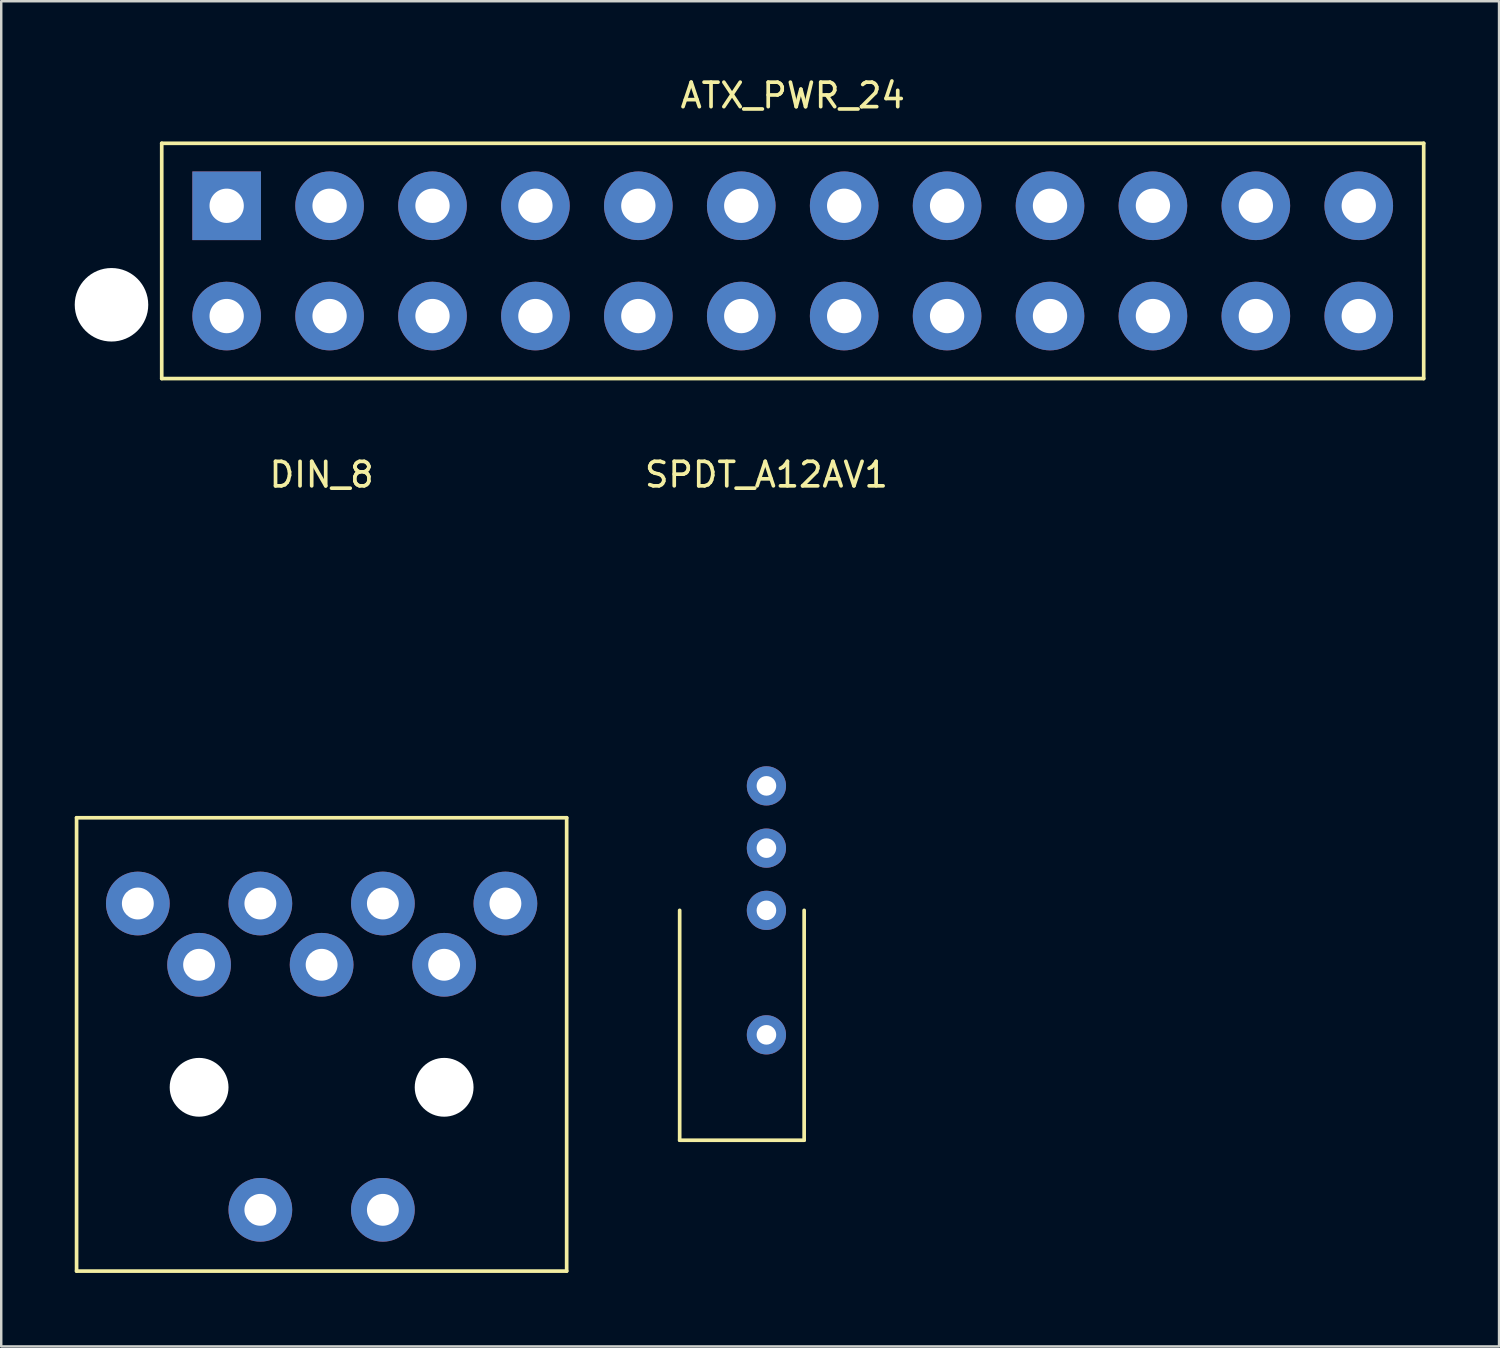
<source format=kicad_pcb>
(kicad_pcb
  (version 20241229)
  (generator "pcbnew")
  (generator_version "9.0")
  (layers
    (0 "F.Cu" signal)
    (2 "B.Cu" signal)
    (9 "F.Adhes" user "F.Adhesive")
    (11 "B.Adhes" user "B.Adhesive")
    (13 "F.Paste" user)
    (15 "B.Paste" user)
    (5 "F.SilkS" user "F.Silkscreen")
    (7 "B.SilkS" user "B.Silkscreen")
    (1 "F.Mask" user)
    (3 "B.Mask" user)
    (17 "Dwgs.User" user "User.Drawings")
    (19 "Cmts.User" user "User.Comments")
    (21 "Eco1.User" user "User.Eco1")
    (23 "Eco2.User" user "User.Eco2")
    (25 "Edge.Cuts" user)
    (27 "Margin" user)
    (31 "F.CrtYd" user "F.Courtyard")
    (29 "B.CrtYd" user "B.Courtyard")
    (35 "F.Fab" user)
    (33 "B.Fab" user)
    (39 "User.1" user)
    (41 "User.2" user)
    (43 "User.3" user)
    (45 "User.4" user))
  (footprint "ATX_PWR_24"
    (layer "F.Cu")
    (at 29.3 7.598)
    (property "Reference" "ATX_PWR_24" (at 0 -6.75 0) (layer "F.SilkS") (effects (font (size 1 1) (thickness 0.15))))
    (attr through_hole)
    (fp_line (start -25.75 -4.8) (end 25.75 -4.8) (stroke (width 0.15) (type solid)) (layer "F.SilkS"))
    (fp_line (start -25.75 4.8) (end -25.75 -4.8) (stroke (width 0.15) (type solid)) (layer "F.SilkS"))
    (fp_line (start 25.75 -4.8) (end 25.75 4.8) (stroke (width 0.15) (type solid)) (layer "F.SilkS"))
    (fp_line (start 25.75 4.8) (end -25.75 4.8) (stroke (width 0.15) (type solid)) (layer "F.SilkS"))
    (pad "" np_thru_hole circle (at -27.8 1.79) (size 3 3) (drill 3) (layers "*.Cu" "*.Mask"))
    (pad "1" thru_hole rect (at -23.1 -2.25) (size 2.8 2.8) (drill 1.4) (layers "*.Cu" "*.Mask"))
    (pad "2" thru_hole circle (at -18.9 -2.25) (size 2.8 2.8) (drill 1.4) (layers "*.Cu" "*.Mask"))
    (pad "3" thru_hole circle (at -14.7 -2.25) (size 2.8 2.8) (drill 1.4) (layers "*.Cu" "*.Mask"))
    (pad "4" thru_hole circle (at -10.5 -2.25) (size 2.8 2.8) (drill 1.4) (layers "*.Cu" "*.Mask"))
    (pad "5" thru_hole circle (at -6.3 -2.25) (size 2.8 2.8) (drill 1.4) (layers "*.Cu" "*.Mask"))
    (pad "6" thru_hole circle (at -2.1 -2.25) (size 2.8 2.8) (drill 1.4) (layers "*.Cu" "*.Mask"))
    (pad "7" thru_hole circle (at 2.1 -2.25) (size 2.8 2.8) (drill 1.4) (layers "*.Cu" "*.Mask"))
    (pad "8" thru_hole circle (at 6.3 -2.25) (size 2.8 2.8) (drill 1.4) (layers "*.Cu" "*.Mask"))
    (pad "9" thru_hole circle (at 10.5 -2.25) (size 2.8 2.8) (drill 1.4) (layers "*.Cu" "*.Mask"))
    (pad "10" thru_hole circle (at 14.7 -2.25) (size 2.8 2.8) (drill 1.4) (layers "*.Cu" "*.Mask"))
    (pad "11" thru_hole circle (at 18.9 -2.25) (size 2.8 2.8) (drill 1.4) (layers "*.Cu" "*.Mask"))
    (pad "12" thru_hole circle (at 23.1 -2.25) (size 2.8 2.8) (drill 1.4) (layers "*.Cu" "*.Mask"))
    (pad "13" thru_hole circle (at -23.1 2.25) (size 2.8 2.8) (drill 1.4) (layers "*.Cu" "*.Mask"))
    (pad "14" thru_hole circle (at -18.9 2.25) (size 2.8 2.8) (drill 1.4) (layers "*.Cu" "*.Mask"))
    (pad "15" thru_hole circle (at -14.7 2.25) (size 2.8 2.8) (drill 1.4) (layers "*.Cu" "*.Mask"))
    (pad "16" thru_hole circle (at -10.5 2.25) (size 2.8 2.8) (drill 1.4) (layers "*.Cu" "*.Mask"))
    (pad "17" thru_hole circle (at -6.3 2.25) (size 2.8 2.8) (drill 1.4) (layers "*.Cu" "*.Mask"))
    (pad "18" thru_hole circle (at -2.1 2.25) (size 2.8 2.8) (drill 1.4) (layers "*.Cu" "*.Mask"))
    (pad "19" thru_hole circle (at 2.1 2.25) (size 2.8 2.8) (drill 1.4) (layers "*.Cu" "*.Mask"))
    (pad "20" thru_hole circle (at 6.3 2.25) (size 2.8 2.8) (drill 1.4) (layers "*.Cu" "*.Mask"))
    (pad "21" thru_hole circle (at 10.5 2.25) (size 2.8 2.8) (drill 1.4) (layers "*.Cu" "*.Mask"))
    (pad "22" thru_hole circle (at 14.7 2.25) (size 2.8 2.8) (drill 1.4) (layers "*.Cu" "*.Mask"))
    (pad "23" thru_hole circle (at 18.9 2.25) (size 2.8 2.8) (drill 1.4) (layers "*.Cu" "*.Mask"))
    (pad "24" thru_hole circle (at 23.1 2.25) (size 2.8 2.8) (drill 1.4) (layers "*.Cu" "*.Mask")))
  (footprint "DIN_8"
    (layer "F.Cu")
    (at 10.075 46.322)
    (property "Reference" "DIN_8" (at 0 -30 0) (layer "F.SilkS") (effects (font (size 1 1) (thickness 0.15))))
    (attr through_hole)
    (fp_line (start -10 -16) (end 10 -16) (stroke (width 0.15) (type solid)) (layer "F.SilkS"))
    (fp_line (start -10 2.5) (end -10 -16) (stroke (width 0.15) (type solid)) (layer "F.SilkS"))
    (fp_line (start 10 -16) (end 10 2.5) (stroke (width 0.15) (type solid)) (layer "F.SilkS"))
    (fp_line (start 10 2.5) (end -10 2.5) (stroke (width 0.15) (type solid)) (layer "F.SilkS"))
    (pad "" np_thru_hole circle (at -5 -5) (size 2.4 2.4) (drill 2.4) (layers "*.Cu" "*.Mask"))
    (pad "" thru_hole circle (at -2.5 0) (size 2.6 2.6) (drill 1.3) (layers "*.Cu" "*.Mask"))
    (pad "" thru_hole circle (at 2.5 0) (size 2.6 2.6) (drill 1.3) (layers "*.Cu" "*.Mask"))
    (pad "" np_thru_hole circle (at 5 -5) (size 2.4 2.4) (drill 2.4) (layers "*.Cu" "*.Mask"))
    (pad "1" thru_hole circle (at 5 -10) (size 2.6 2.6) (drill 1.3) (layers "*.Cu" "*.Mask"))
    (pad "2" thru_hole circle (at 0 -10) (size 2.6 2.6) (drill 1.3) (layers "*.Cu" "*.Mask"))
    (pad "3" thru_hole circle (at -5 -10) (size 2.6 2.6) (drill 1.3) (layers "*.Cu" "*.Mask"))
    (pad "4" thru_hole circle (at 2.5 -12.5) (size 2.6 2.6) (drill 1.3) (layers "*.Cu" "*.Mask"))
    (pad "5" thru_hole circle (at -2.5 -12.5) (size 2.6 2.6) (drill 1.3) (layers "*.Cu" "*.Mask"))
    (pad "6" thru_hole circle (at 7.5 -12.5) (size 2.6 2.6) (drill 1.3) (layers "*.Cu" "*.Mask"))
    (pad "7" thru_hole circle (at -7.5 -12.5) (size 2.6 2.6) (drill 1.3) (layers "*.Cu" "*.Mask")))
  (footprint "SPDT_A12AV1"
    (layer "F.Cu")
    (at 27.227 39.181)
    (property "Reference" "SPDT_A12AV1" (at 1 -22.86 0) (layer "F.SilkS") (effects (font (size 1 1) (thickness 0.15))))
    (attr through_hole)
    (fp_line (start -2.54 4.3) (end -2.54 -5.08) (stroke (width 0.15) (type solid)) (layer "F.SilkS"))
    (fp_line (start 2.54 -5.08) (end 2.54 4.3) (stroke (width 0.15) (type solid)) (layer "F.SilkS"))
    (fp_line (start 2.54 4.3) (end -2.54 4.3) (stroke (width 0.15) (type solid)) (layer "F.SilkS"))
    (pad "" thru_hole circle (at 1 0) (size 1.6 1.6) (drill 0.8) (layers "*.Cu" "*.Mask"))
    (pad "1" thru_hole circle (at 1 -5.08) (size 1.6 1.6) (drill 0.8) (layers "*.Cu" "*.Mask"))
    (pad "2" thru_hole circle (at 1 -7.62) (size 1.6 1.6) (drill 0.8) (layers "*.Cu" "*.Mask"))
    (pad "3" thru_hole circle (at 1 -10.16) (size 1.6 1.6) (drill 0.8) (layers "*.Cu" "*.Mask")))
  (gr_rect
    (start -3 -3)
    (end 58.125 51.897)
    (stroke (width 0.1) (type default))
    (fill no)
    (layer "Edge.Cuts")))
</source>
